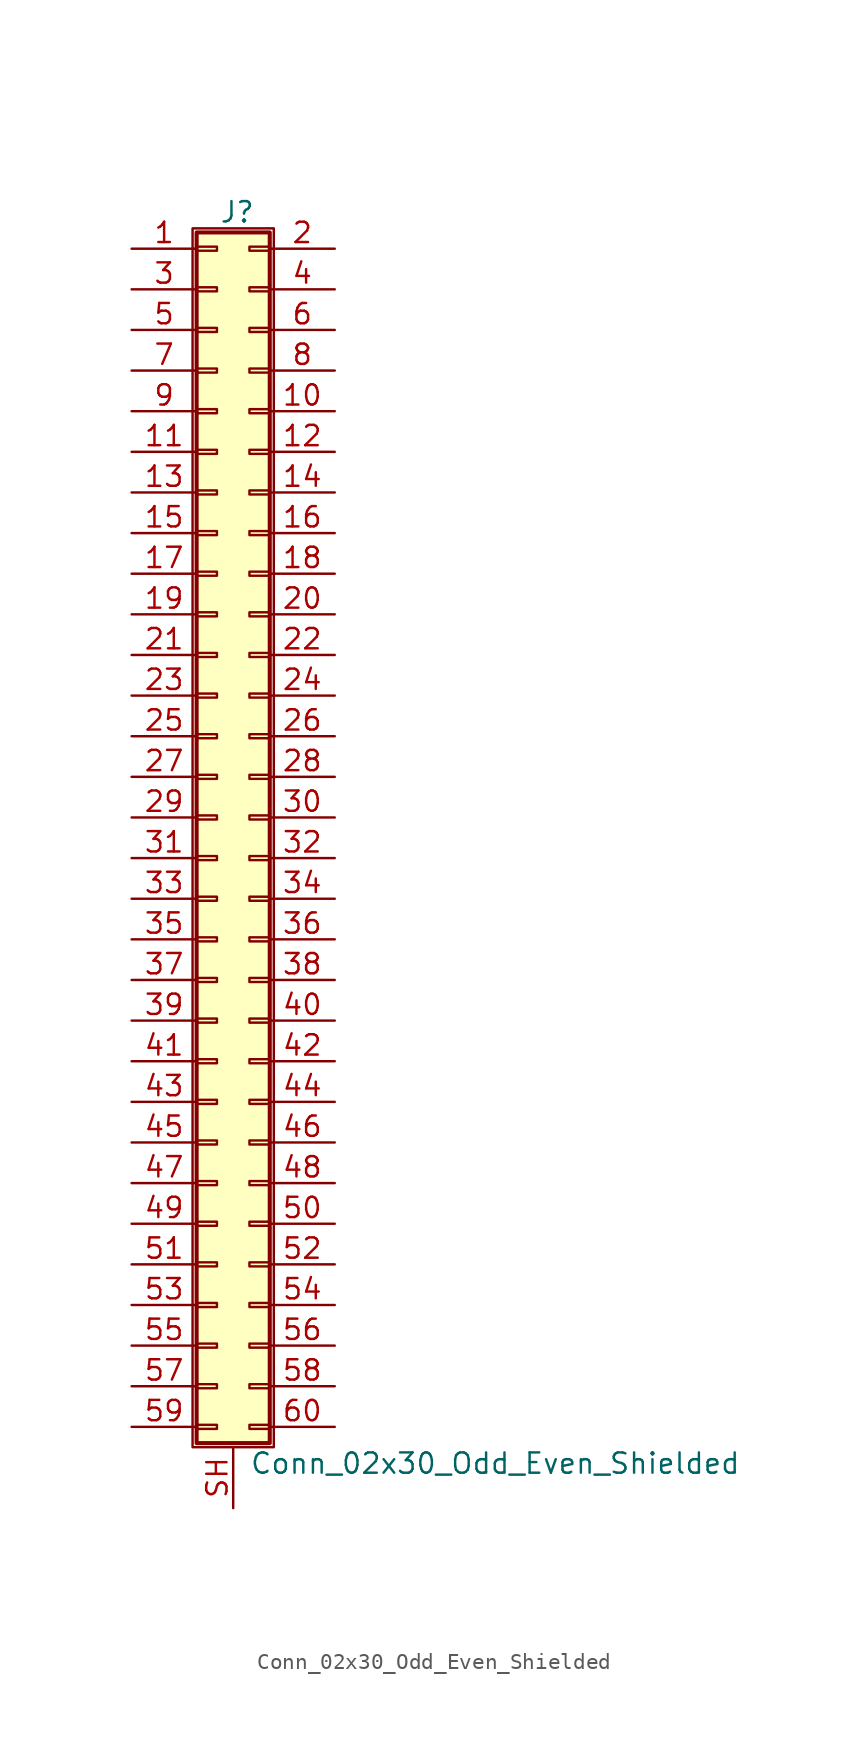
<source format=kicad_sym>
(kicad_symbol_lib
  (version 20220914)
  (generator kicad_symbol_editor)
  (symbol "Conn_02x30_Odd_Even_Shielded"
    (pin_names
      (offset 1.016) hide)
    (property "Reference" "J"
      (at 1.524 37.846 0)
      (effects (font (size 1.27 1.27))))
    (property "Value" "Conn_02x30_Odd_Even_Shielded"
      (at 2.286 -40.386 0)
      (effects (font (size 1.27 1.27)) (justify left)))
    (symbol "Conn_02x30_Odd_Even_Shielded_1_1"
      (rectangle (start -1.27 36.83) (end 3.81 -39.37) (stroke (width 0.152) (type default)) (fill (type none)))
      (rectangle (start -1.016 -37.973) (end 0.254 -38.227) (stroke (width 0.152) (type default)) (fill (type none)))
      (rectangle (start -1.016 -35.433) (end 0.254 -35.687) (stroke (width 0.152) (type default)) (fill (type none)))
      (rectangle (start -1.016 -32.893) (end 0.254 -33.147) (stroke (width 0.152) (type default)) (fill (type none)))
      (rectangle (start -1.016 -30.353) (end 0.254 -30.607) (stroke (width 0.152) (type default)) (fill (type none)))
      (rectangle (start -1.016 -27.813) (end 0.254 -28.067) (stroke (width 0.152) (type default)) (fill (type none)))
      (rectangle (start -1.016 -25.273) (end 0.254 -25.527) (stroke (width 0.152) (type default)) (fill (type none)))
      (rectangle (start -1.016 -22.733) (end 0.254 -22.987) (stroke (width 0.152) (type default)) (fill (type none)))
      (rectangle (start -1.016 -20.193) (end 0.254 -20.447) (stroke (width 0.152) (type default)) (fill (type none)))
      (rectangle (start -1.016 -17.653) (end 0.254 -17.907) (stroke (width 0.152) (type default)) (fill (type none)))
      (rectangle (start -1.016 -15.113) (end 0.254 -15.367) (stroke (width 0.152) (type default)) (fill (type none)))
      (rectangle (start -1.016 -12.573) (end 0.254 -12.827) (stroke (width 0.152) (type default)) (fill (type none)))
      (rectangle (start -1.016 -10.033) (end 0.254 -10.287) (stroke (width 0.152) (type default)) (fill (type none)))
      (rectangle (start -1.016 -7.493) (end 0.254 -7.747) (stroke (width 0.152) (type default)) (fill (type none)))
      (rectangle (start -1.016 -4.953) (end 0.254 -5.207) (stroke (width 0.152) (type default)) (fill (type none)))
      (rectangle (start -1.016 -2.413) (end 0.254 -2.667) (stroke (width 0.152) (type default)) (fill (type none)))
      (rectangle (start -1.016 0.127) (end 0.254 -0.127) (stroke (width 0.152) (type default)) (fill (type none)))
      (rectangle (start -1.016 2.667) (end 0.254 2.413) (stroke (width 0.152) (type default)) (fill (type none)))
      (rectangle (start -1.016 5.207) (end 0.254 4.953) (stroke (width 0.152) (type default)) (fill (type none)))
      (rectangle (start -1.016 7.747) (end 0.254 7.493) (stroke (width 0.152) (type default)) (fill (type none)))
      (rectangle (start -1.016 10.287) (end 0.254 10.033) (stroke (width 0.152) (type default)) (fill (type none)))
      (rectangle (start -1.016 12.827) (end 0.254 12.573) (stroke (width 0.152) (type default)) (fill (type none)))
      (rectangle (start -1.016 15.367) (end 0.254 15.113) (stroke (width 0.152) (type default)) (fill (type none)))
      (rectangle (start -1.016 17.907) (end 0.254 17.653) (stroke (width 0.152) (type default)) (fill (type none)))
      (rectangle (start -1.016 20.447) (end 0.254 20.193) (stroke (width 0.152) (type default)) (fill (type none)))
      (rectangle (start -1.016 22.987) (end 0.254 22.733) (stroke (width 0.152) (type default)) (fill (type none)))
      (rectangle (start -1.016 25.527) (end 0.254 25.273) (stroke (width 0.152) (type default)) (fill (type none)))
      (rectangle (start -1.016 28.067) (end 0.254 27.813) (stroke (width 0.152) (type default)) (fill (type none)))
      (rectangle (start -1.016 30.607) (end 0.254 30.353) (stroke (width 0.152) (type default)) (fill (type none)))
      (rectangle (start -1.016 33.147) (end 0.254 32.893) (stroke (width 0.152) (type default)) (fill (type none)))
      (rectangle (start -1.016 35.687) (end 0.254 35.433) (stroke (width 0.152) (type default)) (fill (type none)))
      (rectangle (start -1.016 36.576) (end 3.556 -39.116) (stroke (width 0.254) (type default)) (fill (type background)))
      (rectangle (start 3.556 -37.973) (end 2.286 -38.227) (stroke (width 0.152) (type default)) (fill (type none)))
      (rectangle (start 3.556 -35.433) (end 2.286 -35.687) (stroke (width 0.152) (type default)) (fill (type none)))
      (rectangle (start 3.556 -32.893) (end 2.286 -33.147) (stroke (width 0.152) (type default)) (fill (type none)))
      (rectangle (start 3.556 -30.353) (end 2.286 -30.607) (stroke (width 0.152) (type default)) (fill (type none)))
      (rectangle (start 3.556 -27.813) (end 2.286 -28.067) (stroke (width 0.152) (type default)) (fill (type none)))
      (rectangle (start 3.556 -25.273) (end 2.286 -25.527) (stroke (width 0.152) (type default)) (fill (type none)))
      (rectangle (start 3.556 -22.733) (end 2.286 -22.987) (stroke (width 0.152) (type default)) (fill (type none)))
      (rectangle (start 3.556 -20.193) (end 2.286 -20.447) (stroke (width 0.152) (type default)) (fill (type none)))
      (rectangle (start 3.556 -17.653) (end 2.286 -17.907) (stroke (width 0.152) (type default)) (fill (type none)))
      (rectangle (start 3.556 -15.113) (end 2.286 -15.367) (stroke (width 0.152) (type default)) (fill (type none)))
      (rectangle (start 3.556 -12.573) (end 2.286 -12.827) (stroke (width 0.152) (type default)) (fill (type none)))
      (rectangle (start 3.556 -10.033) (end 2.286 -10.287) (stroke (width 0.152) (type default)) (fill (type none)))
      (rectangle (start 3.556 -7.493) (end 2.286 -7.747) (stroke (width 0.152) (type default)) (fill (type none)))
      (rectangle (start 3.556 -4.953) (end 2.286 -5.207) (stroke (width 0.152) (type default)) (fill (type none)))
      (rectangle (start 3.556 -2.413) (end 2.286 -2.667) (stroke (width 0.152) (type default)) (fill (type none)))
      (rectangle (start 3.556 0.127) (end 2.286 -0.127) (stroke (width 0.152) (type default)) (fill (type none)))
      (rectangle (start 3.556 2.667) (end 2.286 2.413) (stroke (width 0.152) (type default)) (fill (type none)))
      (rectangle (start 3.556 5.207) (end 2.286 4.953) (stroke (width 0.152) (type default)) (fill (type none)))
      (rectangle (start 3.556 7.747) (end 2.286 7.493) (stroke (width 0.152) (type default)) (fill (type none)))
      (rectangle (start 3.556 10.287) (end 2.286 10.033) (stroke (width 0.152) (type default)) (fill (type none)))
      (rectangle (start 3.556 12.827) (end 2.286 12.573) (stroke (width 0.152) (type default)) (fill (type none)))
      (rectangle (start 3.556 15.367) (end 2.286 15.113) (stroke (width 0.152) (type default)) (fill (type none)))
      (rectangle (start 3.556 17.907) (end 2.286 17.653) (stroke (width 0.152) (type default)) (fill (type none)))
      (rectangle (start 3.556 20.447) (end 2.286 20.193) (stroke (width 0.152) (type default)) (fill (type none)))
      (rectangle (start 3.556 22.987) (end 2.286 22.733) (stroke (width 0.152) (type default)) (fill (type none)))
      (rectangle (start 3.556 25.527) (end 2.286 25.273) (stroke (width 0.152) (type default)) (fill (type none)))
      (rectangle (start 3.556 28.067) (end 2.286 27.813) (stroke (width 0.152) (type default)) (fill (type none)))
      (rectangle (start 3.556 30.607) (end 2.286 30.353) (stroke (width 0.152) (type default)) (fill (type none)))
      (rectangle (start 3.556 33.147) (end 2.286 32.893) (stroke (width 0.152) (type default)) (fill (type none)))
      (rectangle (start 3.556 35.687) (end 2.286 35.433) (stroke (width 0.152) (type default)) (fill (type none)))
      (pin passive line (at -5.08 35.56 0) (length 4.064) (name "Pin_1" (effects (font (size 1.27 1.27)))) (number "1" (effects (font (size 1.27 1.27)))))
      (pin passive line (at 7.62 25.4 180) (length 4.064) (name "Pin_10" (effects (font (size 1.27 1.27)))) (number "10" (effects (font (size 1.27 1.27)))))
      (pin passive line (at -5.08 22.86 0) (length 4.064) (name "Pin_11" (effects (font (size 1.27 1.27)))) (number "11" (effects (font (size 1.27 1.27)))))
      (pin passive line (at 7.62 22.86 180) (length 4.064) (name "Pin_12" (effects (font (size 1.27 1.27)))) (number "12" (effects (font (size 1.27 1.27)))))
      (pin passive line (at -5.08 20.32 0) (length 4.064) (name "Pin_13" (effects (font (size 1.27 1.27)))) (number "13" (effects (font (size 1.27 1.27)))))
      (pin passive line (at 7.62 20.32 180) (length 4.064) (name "Pin_14" (effects (font (size 1.27 1.27)))) (number "14" (effects (font (size 1.27 1.27)))))
      (pin passive line (at -5.08 17.78 0) (length 4.064) (name "Pin_15" (effects (font (size 1.27 1.27)))) (number "15" (effects (font (size 1.27 1.27)))))
      (pin passive line (at 7.62 17.78 180) (length 4.064) (name "Pin_16" (effects (font (size 1.27 1.27)))) (number "16" (effects (font (size 1.27 1.27)))))
      (pin passive line (at -5.08 15.24 0) (length 4.064) (name "Pin_17" (effects (font (size 1.27 1.27)))) (number "17" (effects (font (size 1.27 1.27)))))
      (pin passive line (at 7.62 15.24 180) (length 4.064) (name "Pin_18" (effects (font (size 1.27 1.27)))) (number "18" (effects (font (size 1.27 1.27)))))
      (pin passive line (at -5.08 12.7 0) (length 4.064) (name "Pin_19" (effects (font (size 1.27 1.27)))) (number "19" (effects (font (size 1.27 1.27)))))
      (pin passive line (at 7.62 35.56 180) (length 4.064) (name "Pin_2" (effects (font (size 1.27 1.27)))) (number "2" (effects (font (size 1.27 1.27)))))
      (pin passive line (at 7.62 12.7 180) (length 4.064) (name "Pin_20" (effects (font (size 1.27 1.27)))) (number "20" (effects (font (size 1.27 1.27)))))
      (pin passive line (at -5.08 10.16 0) (length 4.064) (name "Pin_21" (effects (font (size 1.27 1.27)))) (number "21" (effects (font (size 1.27 1.27)))))
      (pin passive line (at 7.62 10.16 180) (length 4.064) (name "Pin_22" (effects (font (size 1.27 1.27)))) (number "22" (effects (font (size 1.27 1.27)))))
      (pin passive line (at -5.08 7.62 0) (length 4.064) (name "Pin_23" (effects (font (size 1.27 1.27)))) (number "23" (effects (font (size 1.27 1.27)))))
      (pin passive line (at 7.62 7.62 180) (length 4.064) (name "Pin_24" (effects (font (size 1.27 1.27)))) (number "24" (effects (font (size 1.27 1.27)))))
      (pin passive line (at -5.08 5.08 0) (length 4.064) (name "Pin_25" (effects (font (size 1.27 1.27)))) (number "25" (effects (font (size 1.27 1.27)))))
      (pin passive line (at 7.62 5.08 180) (length 4.064) (name "Pin_26" (effects (font (size 1.27 1.27)))) (number "26" (effects (font (size 1.27 1.27)))))
      (pin passive line (at -5.08 2.54 0) (length 4.064) (name "Pin_27" (effects (font (size 1.27 1.27)))) (number "27" (effects (font (size 1.27 1.27)))))
      (pin passive line (at 7.62 2.54 180) (length 4.064) (name "Pin_28" (effects (font (size 1.27 1.27)))) (number "28" (effects (font (size 1.27 1.27)))))
      (pin passive line (at -5.08 0 0) (length 4.064) (name "Pin_29" (effects (font (size 1.27 1.27)))) (number "29" (effects (font (size 1.27 1.27)))))
      (pin passive line (at -5.08 33.02 0) (length 4.064) (name "Pin_3" (effects (font (size 1.27 1.27)))) (number "3" (effects (font (size 1.27 1.27)))))
      (pin passive line (at 7.62 0 180) (length 4.064) (name "Pin_30" (effects (font (size 1.27 1.27)))) (number "30" (effects (font (size 1.27 1.27)))))
      (pin passive line (at -5.08 -2.54 0) (length 4.064) (name "Pin_31" (effects (font (size 1.27 1.27)))) (number "31" (effects (font (size 1.27 1.27)))))
      (pin passive line (at 7.62 -2.54 180) (length 4.064) (name "Pin_32" (effects (font (size 1.27 1.27)))) (number "32" (effects (font (size 1.27 1.27)))))
      (pin passive line (at -5.08 -5.08 0) (length 4.064) (name "Pin_33" (effects (font (size 1.27 1.27)))) (number "33" (effects (font (size 1.27 1.27)))))
      (pin passive line (at 7.62 -5.08 180) (length 4.064) (name "Pin_34" (effects (font (size 1.27 1.27)))) (number "34" (effects (font (size 1.27 1.27)))))
      (pin passive line (at -5.08 -7.62 0) (length 4.064) (name "Pin_35" (effects (font (size 1.27 1.27)))) (number "35" (effects (font (size 1.27 1.27)))))
      (pin passive line (at 7.62 -7.62 180) (length 4.064) (name "Pin_36" (effects (font (size 1.27 1.27)))) (number "36" (effects (font (size 1.27 1.27)))))
      (pin passive line (at -5.08 -10.16 0) (length 4.064) (name "Pin_37" (effects (font (size 1.27 1.27)))) (number "37" (effects (font (size 1.27 1.27)))))
      (pin passive line (at 7.62 -10.16 180) (length 4.064) (name "Pin_38" (effects (font (size 1.27 1.27)))) (number "38" (effects (font (size 1.27 1.27)))))
      (pin passive line (at -5.08 -12.7 0) (length 4.064) (name "Pin_39" (effects (font (size 1.27 1.27)))) (number "39" (effects (font (size 1.27 1.27)))))
      (pin passive line (at 7.62 33.02 180) (length 4.064) (name "Pin_4" (effects (font (size 1.27 1.27)))) (number "4" (effects (font (size 1.27 1.27)))))
      (pin passive line (at 7.62 -12.7 180) (length 4.064) (name "Pin_40" (effects (font (size 1.27 1.27)))) (number "40" (effects (font (size 1.27 1.27)))))
      (pin passive line (at -5.08 -15.24 0) (length 4.064) (name "Pin_41" (effects (font (size 1.27 1.27)))) (number "41" (effects (font (size 1.27 1.27)))))
      (pin passive line (at 7.62 -15.24 180) (length 4.064) (name "Pin_42" (effects (font (size 1.27 1.27)))) (number "42" (effects (font (size 1.27 1.27)))))
      (pin passive line (at -5.08 -17.78 0) (length 4.064) (name "Pin_43" (effects (font (size 1.27 1.27)))) (number "43" (effects (font (size 1.27 1.27)))))
      (pin passive line (at 7.62 -17.78 180) (length 4.064) (name "Pin_44" (effects (font (size 1.27 1.27)))) (number "44" (effects (font (size 1.27 1.27)))))
      (pin passive line (at -5.08 -20.32 0) (length 4.064) (name "Pin_45" (effects (font (size 1.27 1.27)))) (number "45" (effects (font (size 1.27 1.27)))))
      (pin passive line (at 7.62 -20.32 180) (length 4.064) (name "Pin_46" (effects (font (size 1.27 1.27)))) (number "46" (effects (font (size 1.27 1.27)))))
      (pin passive line (at -5.08 -22.86 0) (length 4.064) (name "Pin_47" (effects (font (size 1.27 1.27)))) (number "47" (effects (font (size 1.27 1.27)))))
      (pin passive line (at 7.62 -22.86 180) (length 4.064) (name "Pin_48" (effects (font (size 1.27 1.27)))) (number "48" (effects (font (size 1.27 1.27)))))
      (pin passive line (at -5.08 -25.4 0) (length 4.064) (name "Pin_49" (effects (font (size 1.27 1.27)))) (number "49" (effects (font (size 1.27 1.27)))))
      (pin passive line (at -5.08 30.48 0) (length 4.064) (name "Pin_5" (effects (font (size 1.27 1.27)))) (number "5" (effects (font (size 1.27 1.27)))))
      (pin passive line (at 7.62 -25.4 180) (length 4.064) (name "Pin_50" (effects (font (size 1.27 1.27)))) (number "50" (effects (font (size 1.27 1.27)))))
      (pin passive line (at -5.08 -27.94 0) (length 4.064) (name "Pin_51" (effects (font (size 1.27 1.27)))) (number "51" (effects (font (size 1.27 1.27)))))
      (pin passive line (at 7.62 -27.94 180) (length 4.064) (name "Pin_52" (effects (font (size 1.27 1.27)))) (number "52" (effects (font (size 1.27 1.27)))))
      (pin passive line (at -5.08 -30.48 0) (length 4.064) (name "Pin_53" (effects (font (size 1.27 1.27)))) (number "53" (effects (font (size 1.27 1.27)))))
      (pin passive line (at 7.62 -30.48 180) (length 4.064) (name "Pin_54" (effects (font (size 1.27 1.27)))) (number "54" (effects (font (size 1.27 1.27)))))
      (pin passive line (at -5.08 -33.02 0) (length 4.064) (name "Pin_55" (effects (font (size 1.27 1.27)))) (number "55" (effects (font (size 1.27 1.27)))))
      (pin passive line (at 7.62 -33.02 180) (length 4.064) (name "Pin_56" (effects (font (size 1.27 1.27)))) (number "56" (effects (font (size 1.27 1.27)))))
      (pin passive line (at -5.08 -35.56 0) (length 4.064) (name "Pin_57" (effects (font (size 1.27 1.27)))) (number "57" (effects (font (size 1.27 1.27)))))
      (pin passive line (at 7.62 -35.56 180) (length 4.064) (name "Pin_58" (effects (font (size 1.27 1.27)))) (number "58" (effects (font (size 1.27 1.27)))))
      (pin passive line (at -5.08 -38.1 0) (length 4.064) (name "Pin_59" (effects (font (size 1.27 1.27)))) (number "59" (effects (font (size 1.27 1.27)))))
      (pin passive line (at 7.62 30.48 180) (length 4.064) (name "Pin_6" (effects (font (size 1.27 1.27)))) (number "6" (effects (font (size 1.27 1.27)))))
      (pin passive line (at 7.62 -38.1 180) (length 4.064) (name "Pin_60" (effects (font (size 1.27 1.27)))) (number "60" (effects (font (size 1.27 1.27)))))
      (pin passive line (at -5.08 27.94 0) (length 4.064) (name "Pin_7" (effects (font (size 1.27 1.27)))) (number "7" (effects (font (size 1.27 1.27)))))
      (pin passive line (at 7.62 27.94 180) (length 4.064) (name "Pin_8" (effects (font (size 1.27 1.27)))) (number "8" (effects (font (size 1.27 1.27)))))
      (pin passive line (at -5.08 25.4 0) (length 4.064) (name "Pin_9" (effects (font (size 1.27 1.27)))) (number "9" (effects (font (size 1.27 1.27)))))
      (pin passive line (at 1.27 -43.18 90) (length 3.81) (name "Shield" (effects (font (size 1.27 1.27)))) (number "SH" (effects (font (size 1.27 1.27))))))))
</source>
